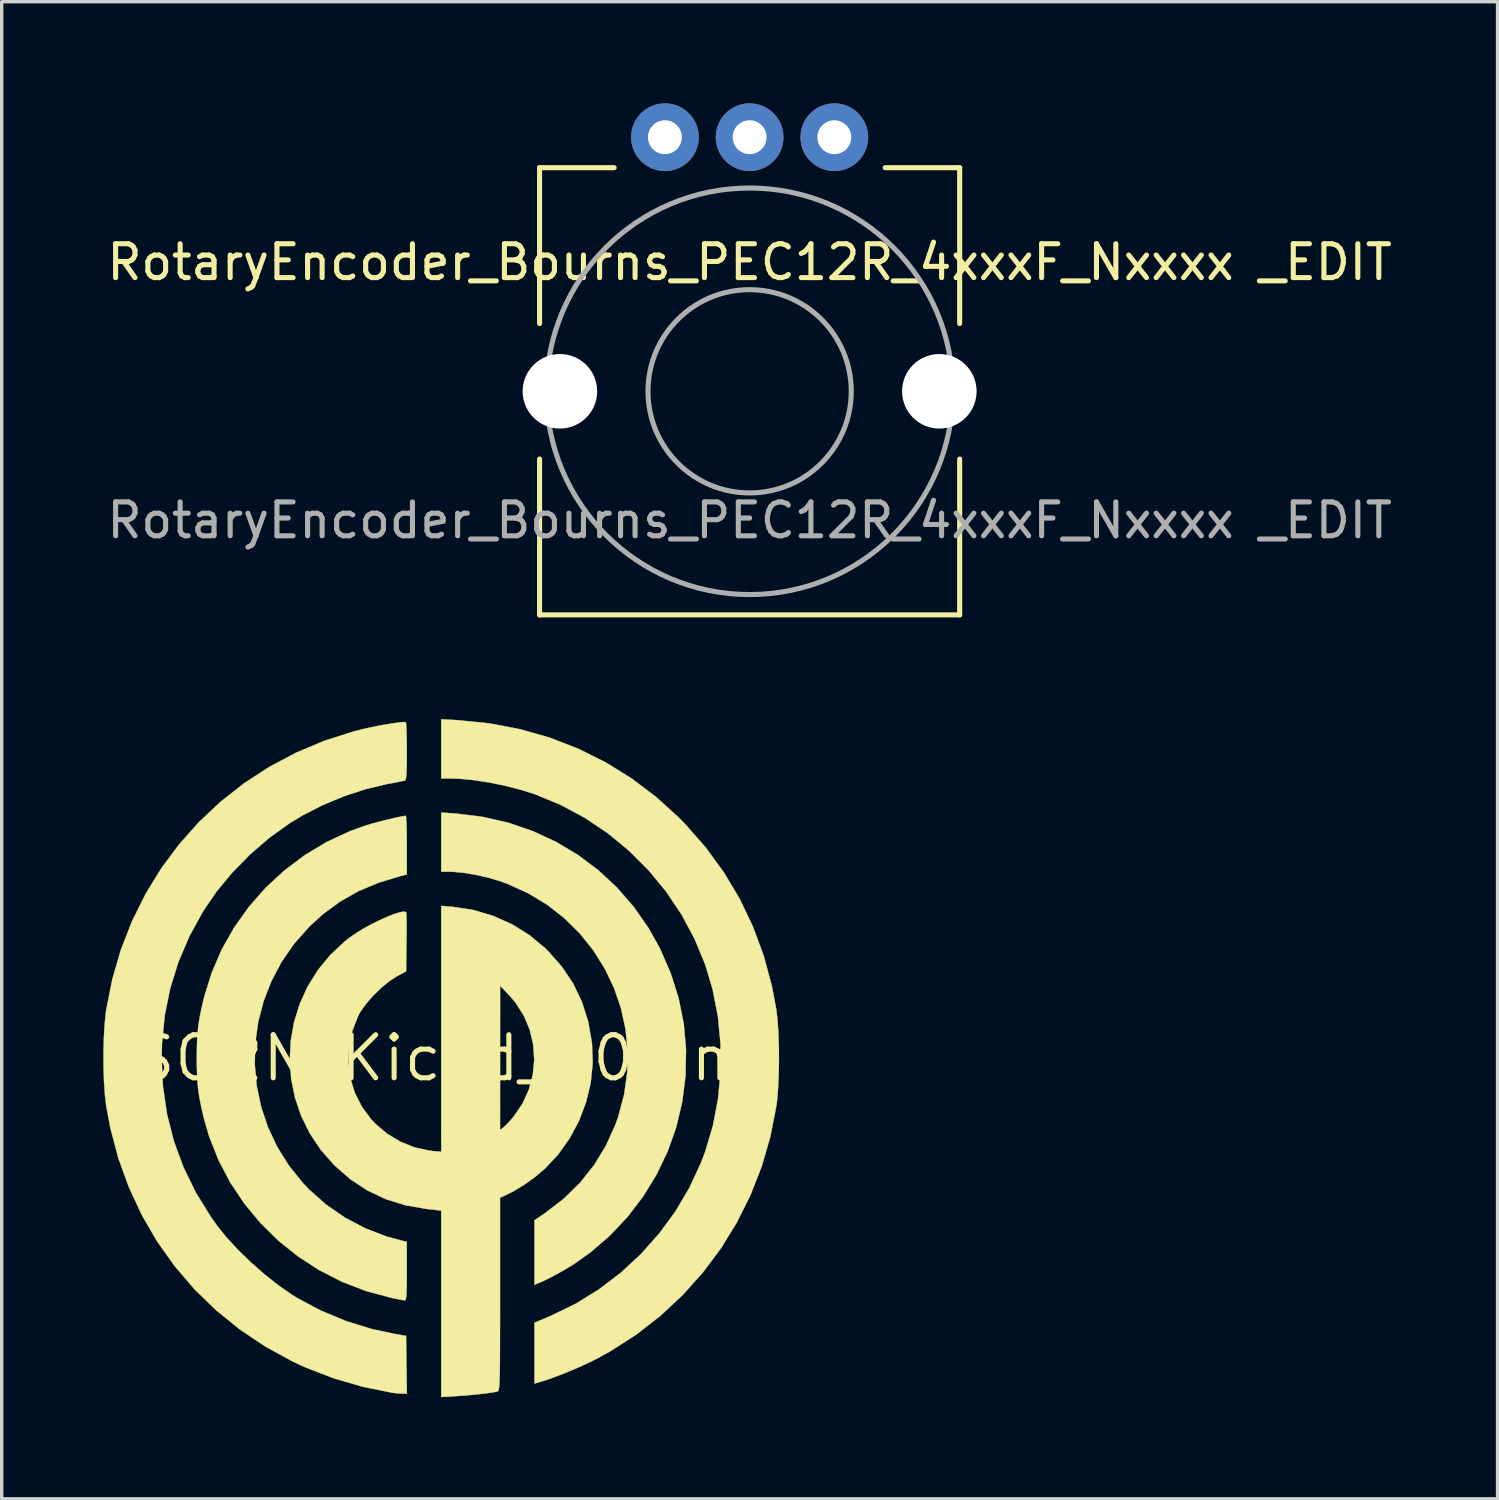
<source format=kicad_pcb>
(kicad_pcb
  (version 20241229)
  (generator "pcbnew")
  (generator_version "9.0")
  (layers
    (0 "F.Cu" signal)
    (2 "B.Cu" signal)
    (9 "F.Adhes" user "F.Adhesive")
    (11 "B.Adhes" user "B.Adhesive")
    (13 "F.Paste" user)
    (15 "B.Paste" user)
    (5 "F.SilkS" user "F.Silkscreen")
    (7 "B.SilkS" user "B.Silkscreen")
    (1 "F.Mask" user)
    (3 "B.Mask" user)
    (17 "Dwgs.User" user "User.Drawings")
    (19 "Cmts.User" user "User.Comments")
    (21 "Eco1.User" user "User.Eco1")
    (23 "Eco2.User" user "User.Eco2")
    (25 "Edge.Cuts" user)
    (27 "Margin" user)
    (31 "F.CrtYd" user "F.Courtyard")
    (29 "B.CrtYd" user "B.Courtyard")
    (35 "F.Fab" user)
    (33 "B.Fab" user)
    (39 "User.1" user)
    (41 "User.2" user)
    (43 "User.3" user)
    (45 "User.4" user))
  (footprint "SORN_Kicad_20mm"
    (layer "F.Cu")
    (at 9.974 28.184)
    (property "Reference" "SORN_Kicad_20mm" (at 0 0 0) (layer "F.SilkS") (effects (font (size 1.27 1.27) (thickness 0.15))))
    (attr through_hole)
    (fp_poly (pts (xy 0.434 -7.22) (xy 1.217 -7.124) (xy 1.973 -6.951) (xy 2.698 -6.704) (xy 3.387 -6.386) (xy 4.035 -5.999) (xy 4.637 -5.547) (xy 5.19 -5.033) (xy 5.687 -4.46) (xy 6.125 -3.831) (xy 6.455 -3.239) (xy 6.774 -2.508) (xy 7.009 -1.765) (xy 7.16 -1.01) (xy 7.227 -0.244) (xy 7.21 0.532) (xy 7.111 1.305) (xy 6.937 2.04) (xy 6.683 2.753) (xy 6.356 3.436) (xy 5.959 4.083) (xy 5.498 4.686) (xy 4.977 5.239) (xy 4.4 5.735) (xy 3.937 6.064) (xy 3.713 6.203) (xy 3.467 6.344) (xy 3.224 6.475) (xy 3.007 6.582) (xy 2.853 6.648) (xy 2.752 6.687) (xy 2.752 4.786) (xy 3.059 4.577) (xy 3.613 4.151) (xy 4.1 3.675) (xy 4.517 3.15) (xy 4.866 2.576) (xy 5.145 1.953) (xy 5.227 1.721) (xy 5.399 1.072) (xy 5.49 0.421) (xy 5.502 -0.225) (xy 5.439 -0.86) (xy 5.304 -1.479) (xy 5.098 -2.076) (xy 4.826 -2.645) (xy 4.491 -3.181) (xy 4.095 -3.676) (xy 3.641 -4.126) (xy 3.133 -4.524) (xy 2.572 -4.864) (xy 1.963 -5.142) (xy 1.721 -5.229) (xy 1.381 -5.329) (xy 1.02 -5.411) (xy 0.668 -5.47) (xy 0.353 -5.5) (xy 0.243 -5.503) (xy 0 -5.503) (xy 0 -7.25) (xy 0.434 -7.22)) (stroke (width 0.01) (type solid)) (fill yes) (layer "F.SilkS"))
    (fp_poly (pts (xy 0.487 -9.976) (xy 1.423 -9.882) (xy 2.33 -9.709) (xy 3.206 -9.459) (xy 4.048 -9.132) (xy 4.854 -8.731) (xy 5.621 -8.255) (xy 6.346 -7.706) (xy 7.028 -7.086) (xy 7.187 -6.924) (xy 7.801 -6.226) (xy 8.342 -5.485) (xy 8.809 -4.704) (xy 9.201 -3.882) (xy 9.519 -3.023) (xy 9.76 -2.127) (xy 9.89 -1.439) (xy 9.926 -1.131) (xy 9.951 -0.761) (xy 9.966 -0.351) (xy 9.969 0.077) (xy 9.961 0.502) (xy 9.942 0.901) (xy 9.912 1.252) (xy 9.891 1.416) (xy 9.715 2.319) (xy 9.461 3.193) (xy 9.132 4.035) (xy 8.731 4.84) (xy 8.262 5.604) (xy 7.726 6.322) (xy 7.128 6.99) (xy 6.471 7.604) (xy 5.757 8.16) (xy 4.989 8.653) (xy 4.614 8.86) (xy 4.343 8.995) (xy 4.032 9.136) (xy 3.706 9.274) (xy 3.391 9.398) (xy 3.111 9.498) (xy 2.974 9.541) (xy 2.752 9.605) (xy 2.752 7.809) (xy 3.236 7.605) (xy 3.965 7.251) (xy 4.655 6.825) (xy 5.3 6.334) (xy 5.895 5.782) (xy 6.435 5.175) (xy 6.915 4.519) (xy 7.328 3.82) (xy 7.669 3.084) (xy 7.791 2.763) (xy 8.019 1.993) (xy 8.171 1.197) (xy 8.246 0.386) (xy 8.244 -0.429) (xy 8.165 -1.239) (xy 8.01 -2.033) (xy 7.792 -2.761) (xy 7.479 -3.518) (xy 7.094 -4.237) (xy 6.641 -4.913) (xy 6.125 -5.541) (xy 5.55 -6.116) (xy 4.923 -6.634) (xy 4.248 -7.088) (xy 3.529 -7.474) (xy 2.772 -7.788) (xy 2.761 -7.792) (xy 2.337 -7.925) (xy 1.879 -8.042) (xy 1.409 -8.138) (xy 0.952 -8.208) (xy 0.531 -8.248) (xy 0.294 -8.255) (xy 0 -8.255) (xy 0 -10.004) (xy 0.487 -9.976)) (stroke (width 0.01) (type solid)) (fill yes) (layer "F.SilkS"))
    (fp_poly (pts (xy -1.038 -7.114) (xy -1.03 -7.001) (xy -1.023 -6.83) (xy -1.018 -6.611) (xy -1.016 -6.357) (xy -1.016 -6.288) (xy -1.016 -5.422) (xy -1.196 -5.377) (xy -1.852 -5.178) (xy -2.448 -4.927) (xy -2.993 -4.618) (xy -3.498 -4.245) (xy -3.887 -3.89) (xy -4.334 -3.387) (xy -4.71 -2.846) (xy -5.013 -2.275) (xy -5.244 -1.679) (xy -5.403 -1.065) (xy -5.49 -0.44) (xy -5.504 0.19) (xy -5.446 0.817) (xy -5.316 1.437) (xy -5.114 2.041) (xy -4.839 2.623) (xy -4.492 3.178) (xy -4.073 3.697) (xy -3.891 3.888) (xy -3.393 4.327) (xy -2.841 4.707) (xy -2.246 5.021) (xy -1.619 5.263) (xy -1.132 5.395) (xy -1.016 5.42) (xy -1.016 6.287) (xy -1.017 6.594) (xy -1.021 6.824) (xy -1.028 6.987) (xy -1.039 7.09) (xy -1.054 7.141) (xy -1.069 7.151) (xy -1.132 7.142) (xy -1.256 7.118) (xy -1.417 7.086) (xy -1.482 7.072) (xy -2.22 6.874) (xy -2.927 6.602) (xy -3.598 6.259) (xy -4.227 5.852) (xy -4.809 5.385) (xy -5.34 4.862) (xy -5.815 4.288) (xy -6.228 3.669) (xy -6.575 3.008) (xy -6.85 2.311) (xy -6.999 1.799) (xy -7.08 1.457) (xy -7.139 1.161) (xy -7.178 0.885) (xy -7.202 0.6) (xy -7.213 0.279) (xy -7.215 0) (xy -7.211 -0.366) (xy -7.197 -0.676) (xy -7.17 -0.956) (xy -7.126 -1.234) (xy -7.061 -1.539) (xy -7 -1.796) (xy -6.777 -2.516) (xy -6.48 -3.206) (xy -6.111 -3.858) (xy -5.677 -4.467) (xy -5.183 -5.03) (xy -4.632 -5.539) (xy -4.031 -5.991) (xy -3.385 -6.379) (xy -2.697 -6.699) (xy -2.199 -6.878) (xy -2.042 -6.924) (xy -1.848 -6.976) (xy -1.639 -7.029) (xy -1.433 -7.078) (xy -1.251 -7.119) (xy -1.114 -7.145) (xy -1.048 -7.154) (xy -1.038 -7.114)) (stroke (width 0.01) (type solid)) (fill yes) (layer "F.SilkS"))
    (fp_poly (pts (xy -1.052 -9.92) (xy -1.048 -9.918) (xy -1.038 -9.873) (xy -1.03 -9.755) (xy -1.023 -9.579) (xy -1.018 -9.358) (xy -1.016 -9.104) (xy -1.016 -9.056) (xy -1.017 -8.749) (xy -1.022 -8.519) (xy -1.03 -8.357) (xy -1.042 -8.255) (xy -1.058 -8.204) (xy -1.069 -8.195) (xy -1.13 -8.182) (xy -1.255 -8.156) (xy -1.426 -8.123) (xy -1.609 -8.089) (xy -2.231 -7.941) (xy -2.87 -7.731) (xy -3.502 -7.468) (xy -4.1 -7.162) (xy -4.477 -6.933) (xy -5.074 -6.504) (xy -5.642 -6.014) (xy -6.167 -5.479) (xy -6.636 -4.913) (xy -7.026 -4.341) (xy -7.434 -3.599) (xy -7.758 -2.838) (xy -8.001 -2.057) (xy -8.163 -1.254) (xy -8.243 -0.427) (xy -8.253 0) (xy -8.213 0.842) (xy -8.093 1.658) (xy -7.892 2.449) (xy -7.61 3.216) (xy -7.247 3.96) (xy -6.802 4.682) (xy -6.61 4.953) (xy -6.329 5.302) (xy -5.989 5.668) (xy -5.608 6.037) (xy -5.206 6.39) (xy -4.799 6.711) (xy -4.406 6.985) (xy -4.255 7.079) (xy -3.547 7.454) (xy -2.803 7.763) (xy -2.039 7.999) (xy -1.376 8.14) (xy -1.037 8.197) (xy -1.026 9.052) (xy -1.014 9.906) (xy -1.174 9.9) (xy -1.312 9.892) (xy -1.432 9.879) (xy -1.439 9.878) (xy -2.32 9.699) (xy -3.18 9.448) (xy -4.005 9.13) (xy -4.381 8.956) (xy -5.191 8.513) (xy -5.947 8.007) (xy -6.647 7.44) (xy -7.288 6.816) (xy -7.869 6.137) (xy -8.386 5.409) (xy -8.836 4.633) (xy -9.218 3.814) (xy -9.53 2.956) (xy -9.767 2.06) (xy -9.891 1.397) (xy -9.928 1.078) (xy -9.954 0.698) (xy -9.967 0.28) (xy -9.969 -0.155) (xy -9.959 -0.582) (xy -9.937 -0.979) (xy -9.903 -1.324) (xy -9.89 -1.418) (xy -9.71 -2.327) (xy -9.455 -3.202) (xy -9.127 -4.042) (xy -8.73 -4.841) (xy -8.268 -5.597) (xy -7.742 -6.305) (xy -7.157 -6.963) (xy -6.516 -7.566) (xy -5.822 -8.112) (xy -5.078 -8.596) (xy -4.289 -9.015) (xy -3.456 -9.366) (xy -2.583 -9.644) (xy -2.328 -9.709) (xy -2.117 -9.757) (xy -1.888 -9.804) (xy -1.658 -9.846) (xy -1.443 -9.881) (xy -1.259 -9.907) (xy -1.124 -9.921) (xy -1.052 -9.92)) (stroke (width 0.01) (type solid)) (fill yes) (layer "F.SilkS"))
    (fp_poly (pts (xy 0.349 -4.466) (xy 0.956 -4.372) (xy 1.54 -4.198) (xy 2.092 -3.95) (xy 2.607 -3.629) (xy 3.075 -3.239) (xy 3.157 -3.159) (xy 3.565 -2.694) (xy 3.897 -2.197) (xy 4.152 -1.664) (xy 4.335 -1.09) (xy 4.445 -0.473) (xy 4.451 -0.424) (xy 4.471 0.153) (xy 4.412 0.731) (xy 4.276 1.299) (xy 4.068 1.848) (xy 3.792 2.366) (xy 3.45 2.845) (xy 3.062 3.26) (xy 2.772 3.506) (xy 2.449 3.738) (xy 2.124 3.934) (xy 1.957 4.018) (xy 1.736 4.121) (xy 1.736 6.968) (xy 1.736 7.53) (xy 1.735 8.012) (xy 1.734 8.422) (xy 1.733 8.766) (xy 1.731 9.048) (xy 1.727 9.276) (xy 1.723 9.454) (xy 1.718 9.59) (xy 1.711 9.689) (xy 1.702 9.757) (xy 1.692 9.801) (xy 1.68 9.825) (xy 1.666 9.836) (xy 1.662 9.837) (xy 1.547 9.862) (xy 1.367 9.888) (xy 1.139 9.916) (xy 0.883 9.942) (xy 0.615 9.964) (xy 0.476 9.973) (xy 0 10.003) (xy 0 4.499) (xy -0.447 4.449) (xy -1.067 4.341) (xy -1.643 4.16) (xy -2.179 3.906) (xy -2.679 3.577) (xy -3.146 3.17) (xy -3.159 3.157) (xy -3.556 2.705) (xy -3.882 2.217) (xy -4.136 1.7) (xy -4.318 1.162) (xy -4.43 0.609) (xy -4.471 0.05) (xy -4.442 -0.509) (xy -4.345 -1.061) (xy -4.178 -1.598) (xy -3.944 -2.113) (xy -3.641 -2.599) (xy -3.272 -3.049) (xy -2.836 -3.455) (xy -2.688 -3.57) (xy -2.499 -3.7) (xy -2.283 -3.832) (xy -2.052 -3.958) (xy -1.818 -4.073) (xy -1.594 -4.174) (xy -1.392 -4.253) (xy -1.224 -4.305) (xy -1.102 -4.326) (xy -1.038 -4.31) (xy -1.033 -4.302) (xy -1.028 -4.246) (xy -1.024 -4.119) (xy -1.023 -3.935) (xy -1.023 -3.707) (xy -1.025 -3.449) (xy -1.026 -3.408) (xy -1.037 -2.563) (xy -1.312 -2.415) (xy -1.539 -2.268) (xy -1.779 -2.07) (xy -2.014 -1.84) (xy -2.223 -1.599) (xy -2.387 -1.367) (xy -2.447 -1.258) (xy -2.626 -0.802) (xy -2.724 -0.338) (xy -2.744 0.127) (xy -2.686 0.582) (xy -2.552 1.021) (xy -2.343 1.434) (xy -2.061 1.814) (xy -1.941 1.941) (xy -1.596 2.232) (xy -1.204 2.466) (xy -0.784 2.635) (xy -0.354 2.73) (xy -0.277 2.738) (xy 0 2.764) (xy 0 2.123) (xy 1.736 2.123) (xy 1.842 2.039) (xy 1.925 1.962) (xy 2.034 1.845) (xy 2.134 1.729) (xy 2.397 1.345) (xy 2.586 0.93) (xy 2.702 0.495) (xy 2.745 0.05) (xy 2.715 -0.396) (xy 2.614 -0.833) (xy 2.44 -1.249) (xy 2.196 -1.636) (xy 2.002 -1.863) (xy 1.738 -2.138) (xy 1.737 -0.008) (xy 1.736 2.123) (xy 0 2.123) (xy 0 -4.496) (xy 0.349 -4.466)) (stroke (width 0.01) (type solid)) (fill yes) (layer "F.SilkS")))
  (footprint "RotaryEncoder_Bourns_PEC12R_4xxxF_Nxxxx _EDIT"
    (layer "F.Cu")
    (at 19.077 8.5)
    (property "Reference" "RotaryEncoder_Bourns_PEC12R_4xxxF_Nxxxx _EDIT" (at 0 -3.81 0) (layer "F.SilkS") (effects (font (size 1 1) (thickness 0.15))))
    (attr through_hole)
    (fp_line (start -6.2 -6.6) (end -6.2 -2) (stroke (width 0.15) (type solid)) (layer "F.SilkS"))
    (fp_line (start -6.2 -6.6) (end -4 -6.6) (stroke (width 0.15) (type solid)) (layer "F.SilkS"))
    (fp_line (start -6.2 2) (end -6.2 6.6) (stroke (width 0.15) (type solid)) (layer "F.SilkS"))
    (fp_line (start 6.2 -6.6) (end 4 -6.6) (stroke (width 0.15) (type solid)) (layer "F.SilkS"))
    (fp_line (start 6.2 -6.6) (end 6.2 -2) (stroke (width 0.15) (type solid)) (layer "F.SilkS"))
    (fp_line (start 6.2 2) (end 6.2 6.6) (stroke (width 0.15) (type solid)) (layer "F.SilkS"))
    (fp_line (start 6.2 6.6) (end -6.2 6.6) (stroke (width 0.15) (type solid)) (layer "F.SilkS"))
    (fp_circle (center 0 0) (end 3 0) (stroke (width 0.15) (type solid)) (fill no) (layer "F.Fab"))
    (fp_circle (center 0 0) (end 6 0) (stroke (width 0.15) (type solid)) (fill no) (layer "F.Fab"))
    (fp_text user "${REFERENCE}" (at 0 3.81 0) (layer "F.Fab") (effects (font (size 1 1) (thickness 0.15))))
    (pad "" np_thru_hole circle (at -5.6 0) (size 2.2 2.2) (drill 2.2) (layers "*.Cu" "*.Mask"))
    (pad "" np_thru_hole circle (at 5.6 0) (size 2.2 2.2) (drill 2.2) (layers "*.Cu" "*.Mask"))
    (pad "A" thru_hole circle (at 2.5 -7.5) (size 2 2) (drill 1) (layers "*.Cu" "*.Mask"))
    (pad "B" thru_hole circle (at -2.5 -7.5) (size 2 2) (drill 1) (layers "*.Cu" "*.Mask"))
    (pad "C" thru_hole circle (at 0 -7.5) (size 2 2) (drill 1) (layers "*.Cu" "*.Mask")))
  (gr_rect
    (start -3 -3)
    (end 41.155 41.191)
    (stroke (width 0.1) (type default))
    (fill no)
    (layer "Edge.Cuts")))
</source>
